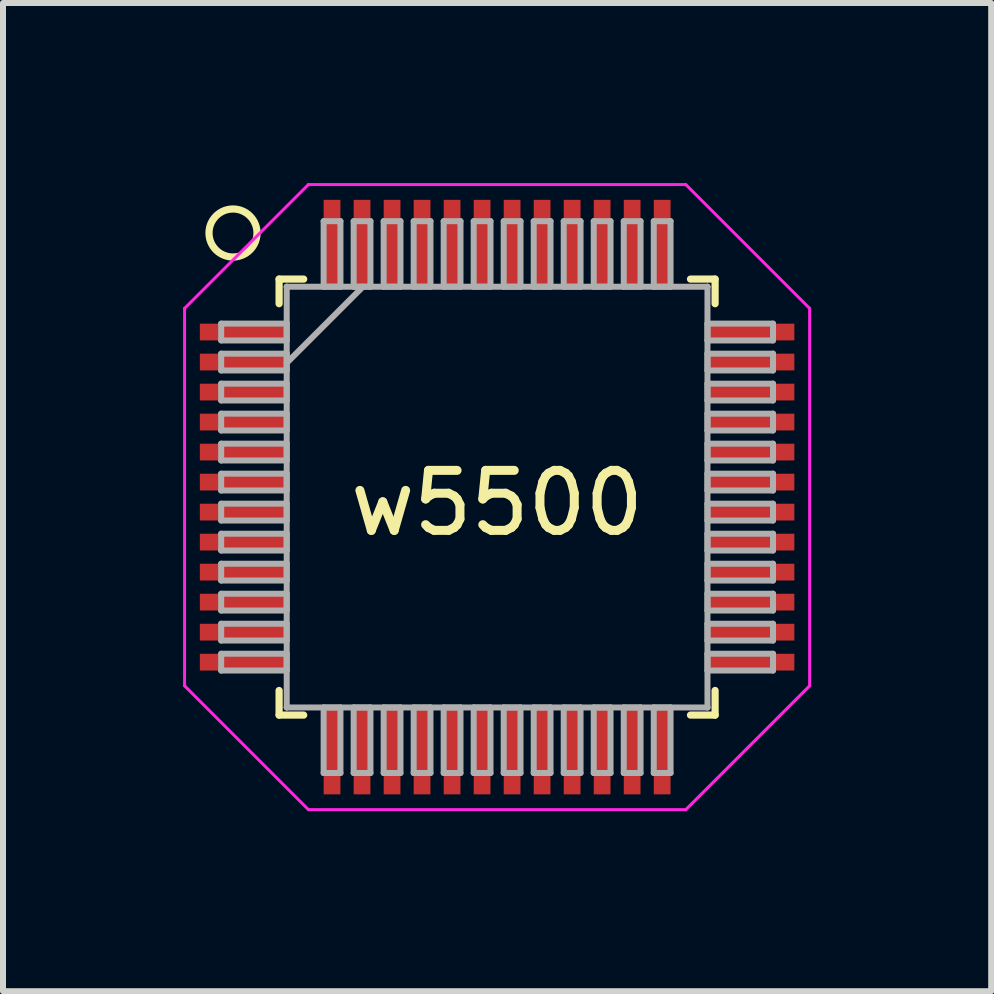
<source format=kicad_pcb>
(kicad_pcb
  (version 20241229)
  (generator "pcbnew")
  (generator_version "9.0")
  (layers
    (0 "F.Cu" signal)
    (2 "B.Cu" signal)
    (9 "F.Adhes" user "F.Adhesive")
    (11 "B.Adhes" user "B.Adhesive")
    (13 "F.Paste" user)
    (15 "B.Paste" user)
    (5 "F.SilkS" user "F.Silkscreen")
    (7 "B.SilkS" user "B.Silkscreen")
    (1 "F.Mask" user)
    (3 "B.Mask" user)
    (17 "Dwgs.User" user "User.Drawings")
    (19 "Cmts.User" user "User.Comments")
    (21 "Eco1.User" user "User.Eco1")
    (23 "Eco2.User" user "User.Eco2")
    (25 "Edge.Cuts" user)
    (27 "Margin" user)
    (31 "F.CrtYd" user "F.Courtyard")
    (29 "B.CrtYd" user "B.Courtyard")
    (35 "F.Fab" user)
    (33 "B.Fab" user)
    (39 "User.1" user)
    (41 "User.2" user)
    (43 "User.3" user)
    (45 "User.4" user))
  (footprint "w5500"
    (layer "F.Cu")
    (at 5.232 5.232)
    (property "Reference" "w5500" (at 0 0.1 0) (layer "F.SilkS") (effects (font (size 1 1) (thickness 0.15))))
    (attr through_hole)
    (fp_line (start -3.632 -3.632) (end -3.632 -3.222) (stroke (width 0.12) (type solid)) (layer "F.SilkS"))
    (fp_line (start -3.632 3.222) (end -3.632 3.632) (stroke (width 0.12) (type solid)) (layer "F.SilkS"))
    (fp_line (start -3.632 3.632) (end -3.222 3.632) (stroke (width 0.12) (type solid)) (layer "F.SilkS"))
    (fp_line (start -3.222 -3.632) (end -3.632 -3.632) (stroke (width 0.12) (type solid)) (layer "F.SilkS"))
    (fp_line (start 3.222 3.632) (end 3.632 3.632) (stroke (width 0.12) (type solid)) (layer "F.SilkS"))
    (fp_line (start 3.632 -3.632) (end 3.222 -3.632) (stroke (width 0.12) (type solid)) (layer "F.SilkS"))
    (fp_line (start 3.632 -3.222) (end 3.632 -3.632) (stroke (width 0.12) (type solid)) (layer "F.SilkS"))
    (fp_line (start 3.632 3.632) (end 3.632 3.222) (stroke (width 0.12) (type solid)) (layer "F.SilkS"))
    (fp_circle (center -4.4 -4.4) (end -4 -4.4) (stroke (width 0.12) (type solid)) (fill no) (layer "F.SilkS"))
    (fp_line (start -5.207 -3.144) (end -3.144 -5.207) (stroke (width 0.05) (type solid)) (layer "F.CrtYd"))
    (fp_line (start -5.207 3.144) (end -5.207 -3.144) (stroke (width 0.05) (type solid)) (layer "F.CrtYd"))
    (fp_line (start -3.144 -5.207) (end 3.144 -5.207) (stroke (width 0.05) (type solid)) (layer "F.CrtYd"))
    (fp_line (start -3.144 5.207) (end -5.207 3.144) (stroke (width 0.05) (type solid)) (layer "F.CrtYd"))
    (fp_line (start 3.144 -5.207) (end 5.207 -3.144) (stroke (width 0.05) (type solid)) (layer "F.CrtYd"))
    (fp_line (start 3.144 5.207) (end -3.144 5.207) (stroke (width 0.05) (type solid)) (layer "F.CrtYd"))
    (fp_line (start 5.207 3.144) (end 3.144 5.207) (stroke (width 0.05) (type solid)) (layer "F.CrtYd"))
    (fp_line (start 5.207 3.144) (end 5.207 -3.144) (stroke (width 0.05) (type solid)) (layer "F.CrtYd"))
    (fp_line (start -4.597 -2.89) (end -4.597 -2.61) (stroke (width 0.1) (type solid)) (layer "F.Fab"))
    (fp_line (start -4.597 -2.61) (end -3.505 -2.61) (stroke (width 0.1) (type solid)) (layer "F.Fab"))
    (fp_line (start -4.597 -2.39) (end -4.597 -2.11) (stroke (width 0.1) (type solid)) (layer "F.Fab"))
    (fp_line (start -4.597 -2.11) (end -3.505 -2.11) (stroke (width 0.1) (type solid)) (layer "F.Fab"))
    (fp_line (start -4.597 -1.89) (end -4.597 -1.61) (stroke (width 0.1) (type solid)) (layer "F.Fab"))
    (fp_line (start -4.597 -1.61) (end -3.505 -1.61) (stroke (width 0.1) (type solid)) (layer "F.Fab"))
    (fp_line (start -4.597 -1.39) (end -4.597 -1.11) (stroke (width 0.1) (type solid)) (layer "F.Fab"))
    (fp_line (start -4.597 -1.11) (end -3.505 -1.11) (stroke (width 0.1) (type solid)) (layer "F.Fab"))
    (fp_line (start -4.597 -0.89) (end -4.597 -0.61) (stroke (width 0.1) (type solid)) (layer "F.Fab"))
    (fp_line (start -4.597 -0.61) (end -3.505 -0.61) (stroke (width 0.1) (type solid)) (layer "F.Fab"))
    (fp_line (start -4.597 -0.39) (end -4.597 -0.11) (stroke (width 0.1) (type solid)) (layer "F.Fab"))
    (fp_line (start -4.597 -0.11) (end -3.505 -0.11) (stroke (width 0.1) (type solid)) (layer "F.Fab"))
    (fp_line (start -4.597 0.11) (end -4.597 0.39) (stroke (width 0.1) (type solid)) (layer "F.Fab"))
    (fp_line (start -4.597 0.39) (end -3.505 0.39) (stroke (width 0.1) (type solid)) (layer "F.Fab"))
    (fp_line (start -4.597 0.61) (end -4.597 0.89) (stroke (width 0.1) (type solid)) (layer "F.Fab"))
    (fp_line (start -4.597 0.89) (end -3.505 0.89) (stroke (width 0.1) (type solid)) (layer "F.Fab"))
    (fp_line (start -4.597 1.11) (end -4.597 1.39) (stroke (width 0.1) (type solid)) (layer "F.Fab"))
    (fp_line (start -4.597 1.39) (end -3.505 1.39) (stroke (width 0.1) (type solid)) (layer "F.Fab"))
    (fp_line (start -4.597 1.61) (end -4.597 1.89) (stroke (width 0.1) (type solid)) (layer "F.Fab"))
    (fp_line (start -4.597 1.89) (end -3.505 1.89) (stroke (width 0.1) (type solid)) (layer "F.Fab"))
    (fp_line (start -4.597 2.11) (end -4.597 2.39) (stroke (width 0.1) (type solid)) (layer "F.Fab"))
    (fp_line (start -4.597 2.39) (end -3.505 2.39) (stroke (width 0.1) (type solid)) (layer "F.Fab"))
    (fp_line (start -4.597 2.61) (end -4.597 2.89) (stroke (width 0.1) (type solid)) (layer "F.Fab"))
    (fp_line (start -4.597 2.89) (end -3.505 2.89) (stroke (width 0.1) (type solid)) (layer "F.Fab"))
    (fp_line (start -3.505 -3.505) (end -3.505 -3.505) (stroke (width 0.1) (type solid)) (layer "F.Fab"))
    (fp_line (start -3.505 -3.505) (end -3.505 3.505) (stroke (width 0.1) (type solid)) (layer "F.Fab"))
    (fp_line (start -3.505 -2.89) (end -4.597 -2.89) (stroke (width 0.1) (type solid)) (layer "F.Fab"))
    (fp_line (start -3.505 -2.61) (end -3.505 -2.89) (stroke (width 0.1) (type solid)) (layer "F.Fab"))
    (fp_line (start -3.505 -2.39) (end -4.597 -2.39) (stroke (width 0.1) (type solid)) (layer "F.Fab"))
    (fp_line (start -3.505 -2.235) (end -2.235 -3.505) (stroke (width 0.1) (type solid)) (layer "F.Fab"))
    (fp_line (start -3.505 -2.11) (end -3.505 -2.39) (stroke (width 0.1) (type solid)) (layer "F.Fab"))
    (fp_line (start -3.505 -1.89) (end -4.597 -1.89) (stroke (width 0.1) (type solid)) (layer "F.Fab"))
    (fp_line (start -3.505 -1.61) (end -3.505 -1.89) (stroke (width 0.1) (type solid)) (layer "F.Fab"))
    (fp_line (start -3.505 -1.39) (end -4.597 -1.39) (stroke (width 0.1) (type solid)) (layer "F.Fab"))
    (fp_line (start -3.505 -1.11) (end -3.505 -1.39) (stroke (width 0.1) (type solid)) (layer "F.Fab"))
    (fp_line (start -3.505 -0.89) (end -4.597 -0.89) (stroke (width 0.1) (type solid)) (layer "F.Fab"))
    (fp_line (start -3.505 -0.61) (end -3.505 -0.89) (stroke (width 0.1) (type solid)) (layer "F.Fab"))
    (fp_line (start -3.505 -0.39) (end -4.597 -0.39) (stroke (width 0.1) (type solid)) (layer "F.Fab"))
    (fp_line (start -3.505 -0.11) (end -3.505 -0.39) (stroke (width 0.1) (type solid)) (layer "F.Fab"))
    (fp_line (start -3.505 0.11) (end -4.597 0.11) (stroke (width 0.1) (type solid)) (layer "F.Fab"))
    (fp_line (start -3.505 0.39) (end -3.505 0.11) (stroke (width 0.1) (type solid)) (layer "F.Fab"))
    (fp_line (start -3.505 0.61) (end -4.597 0.61) (stroke (width 0.1) (type solid)) (layer "F.Fab"))
    (fp_line (start -3.505 0.89) (end -3.505 0.61) (stroke (width 0.1) (type solid)) (layer "F.Fab"))
    (fp_line (start -3.505 1.11) (end -4.597 1.11) (stroke (width 0.1) (type solid)) (layer "F.Fab"))
    (fp_line (start -3.505 1.39) (end -3.505 1.11) (stroke (width 0.1) (type solid)) (layer "F.Fab"))
    (fp_line (start -3.505 1.61) (end -4.597 1.61) (stroke (width 0.1) (type solid)) (layer "F.Fab"))
    (fp_line (start -3.505 1.89) (end -3.505 1.61) (stroke (width 0.1) (type solid)) (layer "F.Fab"))
    (fp_line (start -3.505 2.11) (end -4.597 2.11) (stroke (width 0.1) (type solid)) (layer "F.Fab"))
    (fp_line (start -3.505 2.39) (end -3.505 2.11) (stroke (width 0.1) (type solid)) (layer "F.Fab"))
    (fp_line (start -3.505 2.61) (end -4.597 2.61) (stroke (width 0.1) (type solid)) (layer "F.Fab"))
    (fp_line (start -3.505 2.89) (end -3.505 2.61) (stroke (width 0.1) (type solid)) (layer "F.Fab"))
    (fp_line (start -3.505 3.505) (end -3.505 3.505) (stroke (width 0.1) (type solid)) (layer "F.Fab"))
    (fp_line (start -3.505 3.505) (end 3.505 3.505) (stroke (width 0.1) (type solid)) (layer "F.Fab"))
    (fp_line (start -2.89 -4.597) (end -2.89 -3.505) (stroke (width 0.1) (type solid)) (layer "F.Fab"))
    (fp_line (start -2.89 -3.505) (end -2.61 -3.505) (stroke (width 0.1) (type solid)) (layer "F.Fab"))
    (fp_line (start -2.89 3.505) (end -2.89 4.597) (stroke (width 0.1) (type solid)) (layer "F.Fab"))
    (fp_line (start -2.89 4.597) (end -2.61 4.597) (stroke (width 0.1) (type solid)) (layer "F.Fab"))
    (fp_line (start -2.61 -4.597) (end -2.89 -4.597) (stroke (width 0.1) (type solid)) (layer "F.Fab"))
    (fp_line (start -2.61 -3.505) (end -2.61 -4.597) (stroke (width 0.1) (type solid)) (layer "F.Fab"))
    (fp_line (start -2.61 3.505) (end -2.89 3.505) (stroke (width 0.1) (type solid)) (layer "F.Fab"))
    (fp_line (start -2.61 4.597) (end -2.61 3.505) (stroke (width 0.1) (type solid)) (layer "F.Fab"))
    (fp_line (start -2.39 -4.597) (end -2.39 -3.505) (stroke (width 0.1) (type solid)) (layer "F.Fab"))
    (fp_line (start -2.39 -3.505) (end -2.11 -3.505) (stroke (width 0.1) (type solid)) (layer "F.Fab"))
    (fp_line (start -2.39 3.505) (end -2.39 4.597) (stroke (width 0.1) (type solid)) (layer "F.Fab"))
    (fp_line (start -2.39 4.597) (end -2.11 4.597) (stroke (width 0.1) (type solid)) (layer "F.Fab"))
    (fp_line (start -2.11 -4.597) (end -2.39 -4.597) (stroke (width 0.1) (type solid)) (layer "F.Fab"))
    (fp_line (start -2.11 -3.505) (end -2.11 -4.597) (stroke (width 0.1) (type solid)) (layer "F.Fab"))
    (fp_line (start -2.11 3.505) (end -2.39 3.505) (stroke (width 0.1) (type solid)) (layer "F.Fab"))
    (fp_line (start -2.11 4.597) (end -2.11 3.505) (stroke (width 0.1) (type solid)) (layer "F.Fab"))
    (fp_line (start -1.89 -4.597) (end -1.89 -3.505) (stroke (width 0.1) (type solid)) (layer "F.Fab"))
    (fp_line (start -1.89 -3.505) (end -1.61 -3.505) (stroke (width 0.1) (type solid)) (layer "F.Fab"))
    (fp_line (start -1.89 3.505) (end -1.89 4.597) (stroke (width 0.1) (type solid)) (layer "F.Fab"))
    (fp_line (start -1.89 4.597) (end -1.61 4.597) (stroke (width 0.1) (type solid)) (layer "F.Fab"))
    (fp_line (start -1.61 -4.597) (end -1.89 -4.597) (stroke (width 0.1) (type solid)) (layer "F.Fab"))
    (fp_line (start -1.61 -3.505) (end -1.61 -4.597) (stroke (width 0.1) (type solid)) (layer "F.Fab"))
    (fp_line (start -1.61 3.505) (end -1.89 3.505) (stroke (width 0.1) (type solid)) (layer "F.Fab"))
    (fp_line (start -1.61 4.597) (end -1.61 3.505) (stroke (width 0.1) (type solid)) (layer "F.Fab"))
    (fp_line (start -1.39 -4.597) (end -1.39 -3.505) (stroke (width 0.1) (type solid)) (layer "F.Fab"))
    (fp_line (start -1.39 -3.505) (end -1.11 -3.505) (stroke (width 0.1) (type solid)) (layer "F.Fab"))
    (fp_line (start -1.39 3.505) (end -1.39 4.597) (stroke (width 0.1) (type solid)) (layer "F.Fab"))
    (fp_line (start -1.39 4.597) (end -1.11 4.597) (stroke (width 0.1) (type solid)) (layer "F.Fab"))
    (fp_line (start -1.11 -4.597) (end -1.39 -4.597) (stroke (width 0.1) (type solid)) (layer "F.Fab"))
    (fp_line (start -1.11 -3.505) (end -1.11 -4.597) (stroke (width 0.1) (type solid)) (layer "F.Fab"))
    (fp_line (start -1.11 3.505) (end -1.39 3.505) (stroke (width 0.1) (type solid)) (layer "F.Fab"))
    (fp_line (start -1.11 4.597) (end -1.11 3.505) (stroke (width 0.1) (type solid)) (layer "F.Fab"))
    (fp_line (start -0.89 -4.597) (end -0.89 -3.505) (stroke (width 0.1) (type solid)) (layer "F.Fab"))
    (fp_line (start -0.89 -3.505) (end -0.61 -3.505) (stroke (width 0.1) (type solid)) (layer "F.Fab"))
    (fp_line (start -0.89 3.505) (end -0.89 4.597) (stroke (width 0.1) (type solid)) (layer "F.Fab"))
    (fp_line (start -0.89 4.597) (end -0.61 4.597) (stroke (width 0.1) (type solid)) (layer "F.Fab"))
    (fp_line (start -0.61 -4.597) (end -0.89 -4.597) (stroke (width 0.1) (type solid)) (layer "F.Fab"))
    (fp_line (start -0.61 -3.505) (end -0.61 -4.597) (stroke (width 0.1) (type solid)) (layer "F.Fab"))
    (fp_line (start -0.61 3.505) (end -0.89 3.505) (stroke (width 0.1) (type solid)) (layer "F.Fab"))
    (fp_line (start -0.61 4.597) (end -0.61 3.505) (stroke (width 0.1) (type solid)) (layer "F.Fab"))
    (fp_line (start -0.39 -4.597) (end -0.39 -3.505) (stroke (width 0.1) (type solid)) (layer "F.Fab"))
    (fp_line (start -0.39 -3.505) (end -0.11 -3.505) (stroke (width 0.1) (type solid)) (layer "F.Fab"))
    (fp_line (start -0.39 3.505) (end -0.39 4.597) (stroke (width 0.1) (type solid)) (layer "F.Fab"))
    (fp_line (start -0.39 4.597) (end -0.11 4.597) (stroke (width 0.1) (type solid)) (layer "F.Fab"))
    (fp_line (start -0.11 -4.597) (end -0.39 -4.597) (stroke (width 0.1) (type solid)) (layer "F.Fab"))
    (fp_line (start -0.11 -3.505) (end -0.11 -4.597) (stroke (width 0.1) (type solid)) (layer "F.Fab"))
    (fp_line (start -0.11 3.505) (end -0.39 3.505) (stroke (width 0.1) (type solid)) (layer "F.Fab"))
    (fp_line (start -0.11 4.597) (end -0.11 3.505) (stroke (width 0.1) (type solid)) (layer "F.Fab"))
    (fp_line (start 0.11 -4.597) (end 0.11 -3.505) (stroke (width 0.1) (type solid)) (layer "F.Fab"))
    (fp_line (start 0.11 -3.505) (end 0.39 -3.505) (stroke (width 0.1) (type solid)) (layer "F.Fab"))
    (fp_line (start 0.11 3.505) (end 0.11 4.597) (stroke (width 0.1) (type solid)) (layer "F.Fab"))
    (fp_line (start 0.11 4.597) (end 0.39 4.597) (stroke (width 0.1) (type solid)) (layer "F.Fab"))
    (fp_line (start 0.39 -4.597) (end 0.11 -4.597) (stroke (width 0.1) (type solid)) (layer "F.Fab"))
    (fp_line (start 0.39 -3.505) (end 0.39 -4.597) (stroke (width 0.1) (type solid)) (layer "F.Fab"))
    (fp_line (start 0.39 3.505) (end 0.11 3.505) (stroke (width 0.1) (type solid)) (layer "F.Fab"))
    (fp_line (start 0.39 4.597) (end 0.39 3.505) (stroke (width 0.1) (type solid)) (layer "F.Fab"))
    (fp_line (start 0.61 -4.597) (end 0.61 -3.505) (stroke (width 0.1) (type solid)) (layer "F.Fab"))
    (fp_line (start 0.61 -3.505) (end 0.89 -3.505) (stroke (width 0.1) (type solid)) (layer "F.Fab"))
    (fp_line (start 0.61 3.505) (end 0.61 4.597) (stroke (width 0.1) (type solid)) (layer "F.Fab"))
    (fp_line (start 0.61 4.597) (end 0.89 4.597) (stroke (width 0.1) (type solid)) (layer "F.Fab"))
    (fp_line (start 0.89 -4.597) (end 0.61 -4.597) (stroke (width 0.1) (type solid)) (layer "F.Fab"))
    (fp_line (start 0.89 -3.505) (end 0.89 -4.597) (stroke (width 0.1) (type solid)) (layer "F.Fab"))
    (fp_line (start 0.89 3.505) (end 0.61 3.505) (stroke (width 0.1) (type solid)) (layer "F.Fab"))
    (fp_line (start 0.89 4.597) (end 0.89 3.505) (stroke (width 0.1) (type solid)) (layer "F.Fab"))
    (fp_line (start 1.11 -4.597) (end 1.11 -3.505) (stroke (width 0.1) (type solid)) (layer "F.Fab"))
    (fp_line (start 1.11 -3.505) (end 1.39 -3.505) (stroke (width 0.1) (type solid)) (layer "F.Fab"))
    (fp_line (start 1.11 3.505) (end 1.11 4.597) (stroke (width 0.1) (type solid)) (layer "F.Fab"))
    (fp_line (start 1.11 4.597) (end 1.39 4.597) (stroke (width 0.1) (type solid)) (layer "F.Fab"))
    (fp_line (start 1.39 -4.597) (end 1.11 -4.597) (stroke (width 0.1) (type solid)) (layer "F.Fab"))
    (fp_line (start 1.39 -3.505) (end 1.39 -4.597) (stroke (width 0.1) (type solid)) (layer "F.Fab"))
    (fp_line (start 1.39 3.505) (end 1.11 3.505) (stroke (width 0.1) (type solid)) (layer "F.Fab"))
    (fp_line (start 1.39 4.597) (end 1.39 3.505) (stroke (width 0.1) (type solid)) (layer "F.Fab"))
    (fp_line (start 1.61 -4.597) (end 1.61 -3.505) (stroke (width 0.1) (type solid)) (layer "F.Fab"))
    (fp_line (start 1.61 -3.505) (end 1.89 -3.505) (stroke (width 0.1) (type solid)) (layer "F.Fab"))
    (fp_line (start 1.61 3.505) (end 1.61 4.597) (stroke (width 0.1) (type solid)) (layer "F.Fab"))
    (fp_line (start 1.61 4.597) (end 1.89 4.597) (stroke (width 0.1) (type solid)) (layer "F.Fab"))
    (fp_line (start 1.89 -4.597) (end 1.61 -4.597) (stroke (width 0.1) (type solid)) (layer "F.Fab"))
    (fp_line (start 1.89 -3.505) (end 1.89 -4.597) (stroke (width 0.1) (type solid)) (layer "F.Fab"))
    (fp_line (start 1.89 3.505) (end 1.61 3.505) (stroke (width 0.1) (type solid)) (layer "F.Fab"))
    (fp_line (start 1.89 4.597) (end 1.89 3.505) (stroke (width 0.1) (type solid)) (layer "F.Fab"))
    (fp_line (start 2.11 -4.597) (end 2.11 -3.505) (stroke (width 0.1) (type solid)) (layer "F.Fab"))
    (fp_line (start 2.11 -3.505) (end 2.39 -3.505) (stroke (width 0.1) (type solid)) (layer "F.Fab"))
    (fp_line (start 2.11 3.505) (end 2.11 4.597) (stroke (width 0.1) (type solid)) (layer "F.Fab"))
    (fp_line (start 2.11 4.597) (end 2.39 4.597) (stroke (width 0.1) (type solid)) (layer "F.Fab"))
    (fp_line (start 2.39 -4.597) (end 2.11 -4.597) (stroke (width 0.1) (type solid)) (layer "F.Fab"))
    (fp_line (start 2.39 -3.505) (end 2.39 -4.597) (stroke (width 0.1) (type solid)) (layer "F.Fab"))
    (fp_line (start 2.39 3.505) (end 2.11 3.505) (stroke (width 0.1) (type solid)) (layer "F.Fab"))
    (fp_line (start 2.39 4.597) (end 2.39 3.505) (stroke (width 0.1) (type solid)) (layer "F.Fab"))
    (fp_line (start 2.61 -4.597) (end 2.61 -3.505) (stroke (width 0.1) (type solid)) (layer "F.Fab"))
    (fp_line (start 2.61 -3.505) (end 2.89 -3.505) (stroke (width 0.1) (type solid)) (layer "F.Fab"))
    (fp_line (start 2.61 3.505) (end 2.61 4.597) (stroke (width 0.1) (type solid)) (layer "F.Fab"))
    (fp_line (start 2.61 4.597) (end 2.89 4.597) (stroke (width 0.1) (type solid)) (layer "F.Fab"))
    (fp_line (start 2.89 -4.597) (end 2.61 -4.597) (stroke (width 0.1) (type solid)) (layer "F.Fab"))
    (fp_line (start 2.89 -3.505) (end 2.89 -4.597) (stroke (width 0.1) (type solid)) (layer "F.Fab"))
    (fp_line (start 2.89 3.505) (end 2.61 3.505) (stroke (width 0.1) (type solid)) (layer "F.Fab"))
    (fp_line (start 2.89 4.597) (end 2.89 3.505) (stroke (width 0.1) (type solid)) (layer "F.Fab"))
    (fp_line (start 3.505 -3.505) (end -3.505 -3.505) (stroke (width 0.1) (type solid)) (layer "F.Fab"))
    (fp_line (start 3.505 -3.505) (end 3.505 -3.505) (stroke (width 0.1) (type solid)) (layer "F.Fab"))
    (fp_line (start 3.505 -2.89) (end 3.505 -2.61) (stroke (width 0.1) (type solid)) (layer "F.Fab"))
    (fp_line (start 3.505 -2.61) (end 4.597 -2.61) (stroke (width 0.1) (type solid)) (layer "F.Fab"))
    (fp_line (start 3.505 -2.39) (end 3.505 -2.11) (stroke (width 0.1) (type solid)) (layer "F.Fab"))
    (fp_line (start 3.505 -2.11) (end 4.597 -2.11) (stroke (width 0.1) (type solid)) (layer "F.Fab"))
    (fp_line (start 3.505 -1.89) (end 3.505 -1.61) (stroke (width 0.1) (type solid)) (layer "F.Fab"))
    (fp_line (start 3.505 -1.61) (end 4.597 -1.61) (stroke (width 0.1) (type solid)) (layer "F.Fab"))
    (fp_line (start 3.505 -1.39) (end 3.505 -1.11) (stroke (width 0.1) (type solid)) (layer "F.Fab"))
    (fp_line (start 3.505 -1.11) (end 4.597 -1.11) (stroke (width 0.1) (type solid)) (layer "F.Fab"))
    (fp_line (start 3.505 -0.89) (end 3.505 -0.61) (stroke (width 0.1) (type solid)) (layer "F.Fab"))
    (fp_line (start 3.505 -0.61) (end 4.597 -0.61) (stroke (width 0.1) (type solid)) (layer "F.Fab"))
    (fp_line (start 3.505 -0.39) (end 3.505 -0.11) (stroke (width 0.1) (type solid)) (layer "F.Fab"))
    (fp_line (start 3.505 -0.11) (end 4.597 -0.11) (stroke (width 0.1) (type solid)) (layer "F.Fab"))
    (fp_line (start 3.505 0.11) (end 3.505 0.39) (stroke (width 0.1) (type solid)) (layer "F.Fab"))
    (fp_line (start 3.505 0.39) (end 4.597 0.39) (stroke (width 0.1) (type solid)) (layer "F.Fab"))
    (fp_line (start 3.505 0.61) (end 3.505 0.89) (stroke (width 0.1) (type solid)) (layer "F.Fab"))
    (fp_line (start 3.505 0.89) (end 4.597 0.89) (stroke (width 0.1) (type solid)) (layer "F.Fab"))
    (fp_line (start 3.505 1.11) (end 3.505 1.39) (stroke (width 0.1) (type solid)) (layer "F.Fab"))
    (fp_line (start 3.505 1.39) (end 4.597 1.39) (stroke (width 0.1) (type solid)) (layer "F.Fab"))
    (fp_line (start 3.505 1.61) (end 3.505 1.89) (stroke (width 0.1) (type solid)) (layer "F.Fab"))
    (fp_line (start 3.505 1.89) (end 4.597 1.89) (stroke (width 0.1) (type solid)) (layer "F.Fab"))
    (fp_line (start 3.505 2.11) (end 3.505 2.39) (stroke (width 0.1) (type solid)) (layer "F.Fab"))
    (fp_line (start 3.505 2.39) (end 4.597 2.39) (stroke (width 0.1) (type solid)) (layer "F.Fab"))
    (fp_line (start 3.505 2.61) (end 3.505 2.89) (stroke (width 0.1) (type solid)) (layer "F.Fab"))
    (fp_line (start 3.505 2.89) (end 4.597 2.89) (stroke (width 0.1) (type solid)) (layer "F.Fab"))
    (fp_line (start 3.505 3.505) (end 3.505 -3.505) (stroke (width 0.1) (type solid)) (layer "F.Fab"))
    (fp_line (start 3.505 3.505) (end 3.505 3.505) (stroke (width 0.1) (type solid)) (layer "F.Fab"))
    (fp_line (start 4.597 -2.89) (end 3.505 -2.89) (stroke (width 0.1) (type solid)) (layer "F.Fab"))
    (fp_line (start 4.597 -2.61) (end 4.597 -2.89) (stroke (width 0.1) (type solid)) (layer "F.Fab"))
    (fp_line (start 4.597 -2.39) (end 3.505 -2.39) (stroke (width 0.1) (type solid)) (layer "F.Fab"))
    (fp_line (start 4.597 -2.11) (end 4.597 -2.39) (stroke (width 0.1) (type solid)) (layer "F.Fab"))
    (fp_line (start 4.597 -1.89) (end 3.505 -1.89) (stroke (width 0.1) (type solid)) (layer "F.Fab"))
    (fp_line (start 4.597 -1.61) (end 4.597 -1.89) (stroke (width 0.1) (type solid)) (layer "F.Fab"))
    (fp_line (start 4.597 -1.39) (end 3.505 -1.39) (stroke (width 0.1) (type solid)) (layer "F.Fab"))
    (fp_line (start 4.597 -1.11) (end 4.597 -1.39) (stroke (width 0.1) (type solid)) (layer "F.Fab"))
    (fp_line (start 4.597 -0.89) (end 3.505 -0.89) (stroke (width 0.1) (type solid)) (layer "F.Fab"))
    (fp_line (start 4.597 -0.61) (end 4.597 -0.89) (stroke (width 0.1) (type solid)) (layer "F.Fab"))
    (fp_line (start 4.597 -0.39) (end 3.505 -0.39) (stroke (width 0.1) (type solid)) (layer "F.Fab"))
    (fp_line (start 4.597 -0.11) (end 4.597 -0.39) (stroke (width 0.1) (type solid)) (layer "F.Fab"))
    (fp_line (start 4.597 0.11) (end 3.505 0.11) (stroke (width 0.1) (type solid)) (layer "F.Fab"))
    (fp_line (start 4.597 0.39) (end 4.597 0.11) (stroke (width 0.1) (type solid)) (layer "F.Fab"))
    (fp_line (start 4.597 0.61) (end 3.505 0.61) (stroke (width 0.1) (type solid)) (layer "F.Fab"))
    (fp_line (start 4.597 0.89) (end 4.597 0.61) (stroke (width 0.1) (type solid)) (layer "F.Fab"))
    (fp_line (start 4.597 1.11) (end 3.505 1.11) (stroke (width 0.1) (type solid)) (layer "F.Fab"))
    (fp_line (start 4.597 1.39) (end 4.597 1.11) (stroke (width 0.1) (type solid)) (layer "F.Fab"))
    (fp_line (start 4.597 1.61) (end 3.505 1.61) (stroke (width 0.1) (type solid)) (layer "F.Fab"))
    (fp_line (start 4.597 1.89) (end 4.597 1.61) (stroke (width 0.1) (type solid)) (layer "F.Fab"))
    (fp_line (start 4.597 2.11) (end 3.505 2.11) (stroke (width 0.1) (type solid)) (layer "F.Fab"))
    (fp_line (start 4.597 2.39) (end 4.597 2.11) (stroke (width 0.1) (type solid)) (layer "F.Fab"))
    (fp_line (start 4.597 2.61) (end 3.505 2.61) (stroke (width 0.1) (type solid)) (layer "F.Fab"))
    (fp_line (start 4.597 2.89) (end 4.597 2.61) (stroke (width 0.1) (type solid)) (layer "F.Fab"))
    (pad "1" smd rect (at -4.216 -2.75 90) (size 0.279 1.473) (layers "F.Cu" "F.Mask" "F.Paste"))
    (pad "2" smd rect (at -4.216 -2.25 90) (size 0.279 1.473) (layers "F.Cu" "F.Mask" "F.Paste"))
    (pad "3" smd rect (at -4.216 -1.75 90) (size 0.279 1.473) (layers "F.Cu" "F.Mask" "F.Paste"))
    (pad "4" smd rect (at -4.216 -1.25 90) (size 0.279 1.473) (layers "F.Cu" "F.Mask" "F.Paste"))
    (pad "5" smd rect (at -4.216 -0.75 90) (size 0.279 1.473) (layers "F.Cu" "F.Mask" "F.Paste"))
    (pad "6" smd rect (at -4.216 -0.25 90) (size 0.279 1.473) (layers "F.Cu" "F.Mask" "F.Paste"))
    (pad "7" smd rect (at -4.216 0.25 90) (size 0.279 1.473) (layers "F.Cu" "F.Mask" "F.Paste"))
    (pad "8" smd rect (at -4.216 0.75 90) (size 0.279 1.473) (layers "F.Cu" "F.Mask" "F.Paste"))
    (pad "9" smd rect (at -4.216 1.25 90) (size 0.279 1.473) (layers "F.Cu" "F.Mask" "F.Paste"))
    (pad "10" smd rect (at -4.216 1.75 90) (size 0.279 1.473) (layers "F.Cu" "F.Mask" "F.Paste"))
    (pad "11" smd rect (at -4.216 2.25 90) (size 0.279 1.473) (layers "F.Cu" "F.Mask" "F.Paste"))
    (pad "12" smd rect (at -4.216 2.75 90) (size 0.279 1.473) (layers "F.Cu" "F.Mask" "F.Paste"))
    (pad "13" smd rect (at -2.75 4.216) (size 0.279 1.473) (layers "F.Cu" "F.Mask" "F.Paste"))
    (pad "14" smd rect (at -2.25 4.216) (size 0.279 1.473) (layers "F.Cu" "F.Mask" "F.Paste"))
    (pad "15" smd rect (at -1.75 4.216) (size 0.279 1.473) (layers "F.Cu" "F.Mask" "F.Paste"))
    (pad "16" smd rect (at -1.25 4.216) (size 0.279 1.473) (layers "F.Cu" "F.Mask" "F.Paste"))
    (pad "17" smd rect (at -0.75 4.216) (size 0.279 1.473) (layers "F.Cu" "F.Mask" "F.Paste"))
    (pad "18" smd rect (at -0.25 4.216) (size 0.279 1.473) (layers "F.Cu" "F.Mask" "F.Paste"))
    (pad "19" smd rect (at 0.25 4.216) (size 0.279 1.473) (layers "F.Cu" "F.Mask" "F.Paste"))
    (pad "20" smd rect (at 0.75 4.216) (size 0.279 1.473) (layers "F.Cu" "F.Mask" "F.Paste"))
    (pad "21" smd rect (at 1.25 4.216) (size 0.279 1.473) (layers "F.Cu" "F.Mask" "F.Paste"))
    (pad "22" smd rect (at 1.75 4.216) (size 0.279 1.473) (layers "F.Cu" "F.Mask" "F.Paste"))
    (pad "23" smd rect (at 2.25 4.216) (size 0.279 1.473) (layers "F.Cu" "F.Mask" "F.Paste"))
    (pad "24" smd rect (at 2.75 4.216) (size 0.279 1.473) (layers "F.Cu" "F.Mask" "F.Paste"))
    (pad "25" smd rect (at 4.216 2.75 90) (size 0.279 1.473) (layers "F.Cu" "F.Mask" "F.Paste"))
    (pad "26" smd rect (at 4.216 2.25 90) (size 0.279 1.473) (layers "F.Cu" "F.Mask" "F.Paste"))
    (pad "27" smd rect (at 4.216 1.75 90) (size 0.279 1.473) (layers "F.Cu" "F.Mask" "F.Paste"))
    (pad "28" smd rect (at 4.216 1.25 90) (size 0.279 1.473) (layers "F.Cu" "F.Mask" "F.Paste"))
    (pad "29" smd rect (at 4.216 0.75 90) (size 0.279 1.473) (layers "F.Cu" "F.Mask" "F.Paste"))
    (pad "30" smd rect (at 4.216 0.25 90) (size 0.279 1.473) (layers "F.Cu" "F.Mask" "F.Paste"))
    (pad "31" smd rect (at 4.216 -0.25 90) (size 0.279 1.473) (layers "F.Cu" "F.Mask" "F.Paste"))
    (pad "32" smd rect (at 4.216 -0.75 90) (size 0.279 1.473) (layers "F.Cu" "F.Mask" "F.Paste"))
    (pad "33" smd rect (at 4.216 -1.25 90) (size 0.279 1.473) (layers "F.Cu" "F.Mask" "F.Paste"))
    (pad "34" smd rect (at 4.216 -1.75 90) (size 0.279 1.473) (layers "F.Cu" "F.Mask" "F.Paste"))
    (pad "35" smd rect (at 4.216 -2.25 90) (size 0.279 1.473) (layers "F.Cu" "F.Mask" "F.Paste"))
    (pad "36" smd rect (at 4.216 -2.75 90) (size 0.279 1.473) (layers "F.Cu" "F.Mask" "F.Paste"))
    (pad "37" smd rect (at 2.75 -4.216) (size 0.279 1.473) (layers "F.Cu" "F.Mask" "F.Paste"))
    (pad "38" smd rect (at 2.25 -4.216) (size 0.279 1.473) (layers "F.Cu" "F.Mask" "F.Paste"))
    (pad "39" smd rect (at 1.75 -4.216) (size 0.279 1.473) (layers "F.Cu" "F.Mask" "F.Paste"))
    (pad "40" smd rect (at 1.25 -4.216) (size 0.279 1.473) (layers "F.Cu" "F.Mask" "F.Paste"))
    (pad "41" smd rect (at 0.75 -4.216) (size 0.279 1.473) (layers "F.Cu" "F.Mask" "F.Paste"))
    (pad "42" smd rect (at 0.25 -4.216) (size 0.279 1.473) (layers "F.Cu" "F.Mask" "F.Paste"))
    (pad "43" smd rect (at -0.25 -4.216) (size 0.279 1.473) (layers "F.Cu" "F.Mask" "F.Paste"))
    (pad "44" smd rect (at -0.75 -4.216) (size 0.279 1.473) (layers "F.Cu" "F.Mask" "F.Paste"))
    (pad "45" smd rect (at -1.25 -4.216) (size 0.279 1.473) (layers "F.Cu" "F.Mask" "F.Paste"))
    (pad "46" smd rect (at -1.75 -4.216) (size 0.279 1.473) (layers "F.Cu" "F.Mask" "F.Paste"))
    (pad "47" smd rect (at -2.25 -4.216) (size 0.279 1.473) (layers "F.Cu" "F.Mask" "F.Paste"))
    (pad "48" smd rect (at -2.75 -4.216) (size 0.279 1.473) (layers "F.Cu" "F.Mask" "F.Paste")))
  (gr_rect
    (start -3 -3)
    (end 13.464 13.464)
    (stroke (width 0.1) (type default))
    (fill no)
    (layer "Edge.Cuts")))
</source>
